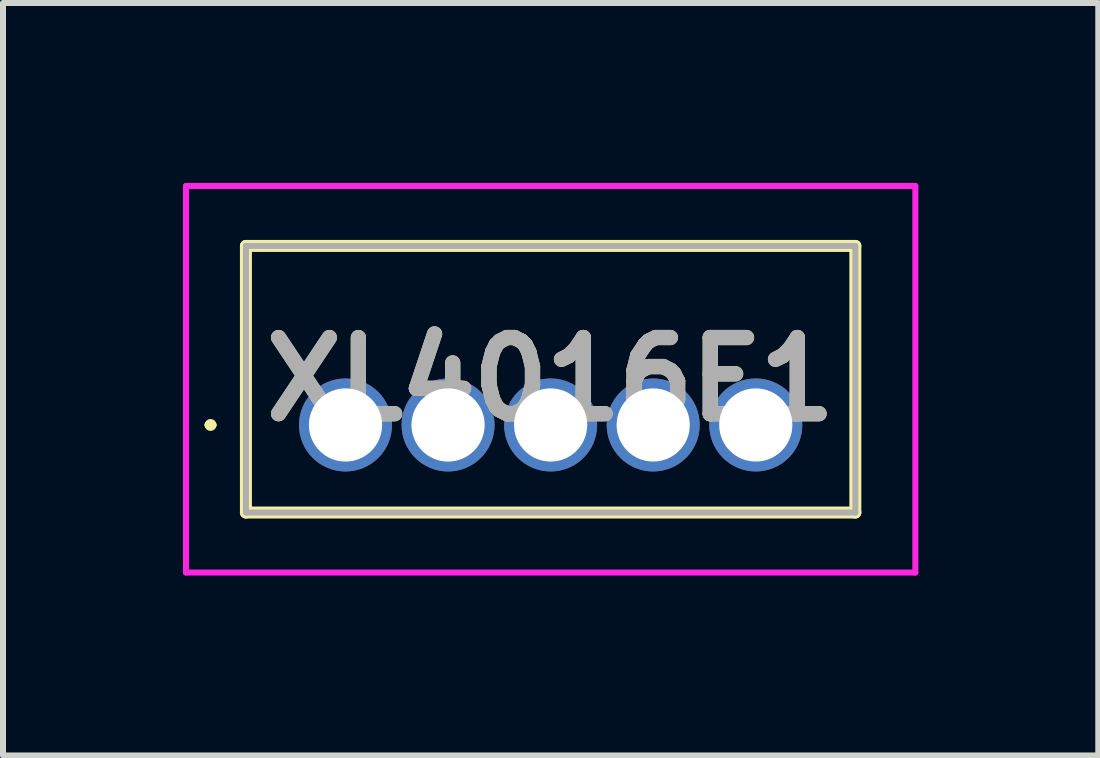
<source format=kicad_pcb>
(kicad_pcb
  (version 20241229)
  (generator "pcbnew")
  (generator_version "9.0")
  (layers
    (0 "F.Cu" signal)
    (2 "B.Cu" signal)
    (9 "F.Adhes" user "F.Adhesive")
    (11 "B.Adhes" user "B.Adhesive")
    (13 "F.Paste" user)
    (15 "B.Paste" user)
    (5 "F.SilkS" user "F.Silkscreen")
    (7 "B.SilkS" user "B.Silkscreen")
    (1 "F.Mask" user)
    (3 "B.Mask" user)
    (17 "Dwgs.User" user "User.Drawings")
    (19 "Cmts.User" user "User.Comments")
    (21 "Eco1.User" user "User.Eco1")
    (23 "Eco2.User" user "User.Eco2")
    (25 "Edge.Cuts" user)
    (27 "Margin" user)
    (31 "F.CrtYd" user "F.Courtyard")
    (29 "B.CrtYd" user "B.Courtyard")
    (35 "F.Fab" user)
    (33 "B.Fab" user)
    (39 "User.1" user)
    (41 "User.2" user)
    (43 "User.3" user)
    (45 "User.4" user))
  (footprint "XL4016E1"
    (layer "F.Cu")
    (at 2.71 4.035)
    (property "Reference" "XL4016E1" (at 3.42 -0.762 0) (layer "F.SilkS") (effects (font (size 1.27 1.27) (thickness 0.254))))
    (attr through_hole)
    (fp_line (start -2.3 0) (end -2.3 0) (stroke (width 0.1) (type solid)) (layer "F.SilkS"))
    (fp_line (start -2.2 0) (end -2.2 0) (stroke (width 0.1) (type solid)) (layer "F.SilkS"))
    (fp_line (start -1.66 -2.985) (end 8.5 -2.985) (stroke (width 0.2) (type solid)) (layer "F.SilkS"))
    (fp_line (start -1.66 1.46) (end -1.66 -2.985) (stroke (width 0.2) (type solid)) (layer "F.SilkS"))
    (fp_line (start 8.5 -2.985) (end 8.5 1.46) (stroke (width 0.2) (type solid)) (layer "F.SilkS"))
    (fp_line (start 8.5 1.46) (end -1.66 1.46) (stroke (width 0.2) (type solid)) (layer "F.SilkS"))
    (fp_arc (start -2.3 0) (mid -2.25 -0.05) (end -2.2 0) (stroke (width 0.1) (type solid)) (layer "F.SilkS"))
    (fp_arc (start -2.2 0) (mid -2.25 0.05) (end -2.3 0) (stroke (width 0.1) (type solid)) (layer "F.SilkS"))
    (fp_line (start -2.66 -3.985) (end 9.5 -3.985) (stroke (width 0.1) (type solid)) (layer "F.CrtYd"))
    (fp_line (start -2.66 2.46) (end -2.66 -3.985) (stroke (width 0.1) (type solid)) (layer "F.CrtYd"))
    (fp_line (start 9.5 -3.985) (end 9.5 2.46) (stroke (width 0.1) (type solid)) (layer "F.CrtYd"))
    (fp_line (start 9.5 2.46) (end -2.66 2.46) (stroke (width 0.1) (type solid)) (layer "F.CrtYd"))
    (fp_line (start -1.66 -2.985) (end 8.5 -2.985) (stroke (width 0.1) (type solid)) (layer "F.Fab"))
    (fp_line (start -1.66 1.46) (end -1.66 -2.985) (stroke (width 0.1) (type solid)) (layer "F.Fab"))
    (fp_line (start 8.5 -2.985) (end 8.5 1.46) (stroke (width 0.1) (type solid)) (layer "F.Fab"))
    (fp_line (start 8.5 1.46) (end -1.66 1.46) (stroke (width 0.1) (type solid)) (layer "F.Fab"))
    (fp_text user "${REFERENCE}" (at 3.42 -0.762 0) (layer "F.Fab") (effects (font (size 1.27 1.27) (thickness 0.254))))
    (pad "1" thru_hole circle (at 0 0) (size 1.55 1.55) (drill 1.22) (layers "*.Cu" "*.Mask"))
    (pad "2" thru_hole circle (at 1.71 0) (size 1.55 1.55) (drill 1.22) (layers "*.Cu" "*.Mask"))
    (pad "3" thru_hole circle (at 3.42 0) (size 1.55 1.55) (drill 1.22) (layers "*.Cu" "*.Mask"))
    (pad "4" thru_hole circle (at 5.13 0) (size 1.55 1.55) (drill 1.22) (layers "*.Cu" "*.Mask"))
    (pad "5" thru_hole circle (at 6.84 0) (size 1.55 1.55) (drill 1.22) (layers "*.Cu" "*.Mask")))
  (gr_rect
    (start -3 -3)
    (end 15.26 9.545)
    (stroke (width 0.1) (type default))
    (fill no)
    (layer "Edge.Cuts")))
</source>
